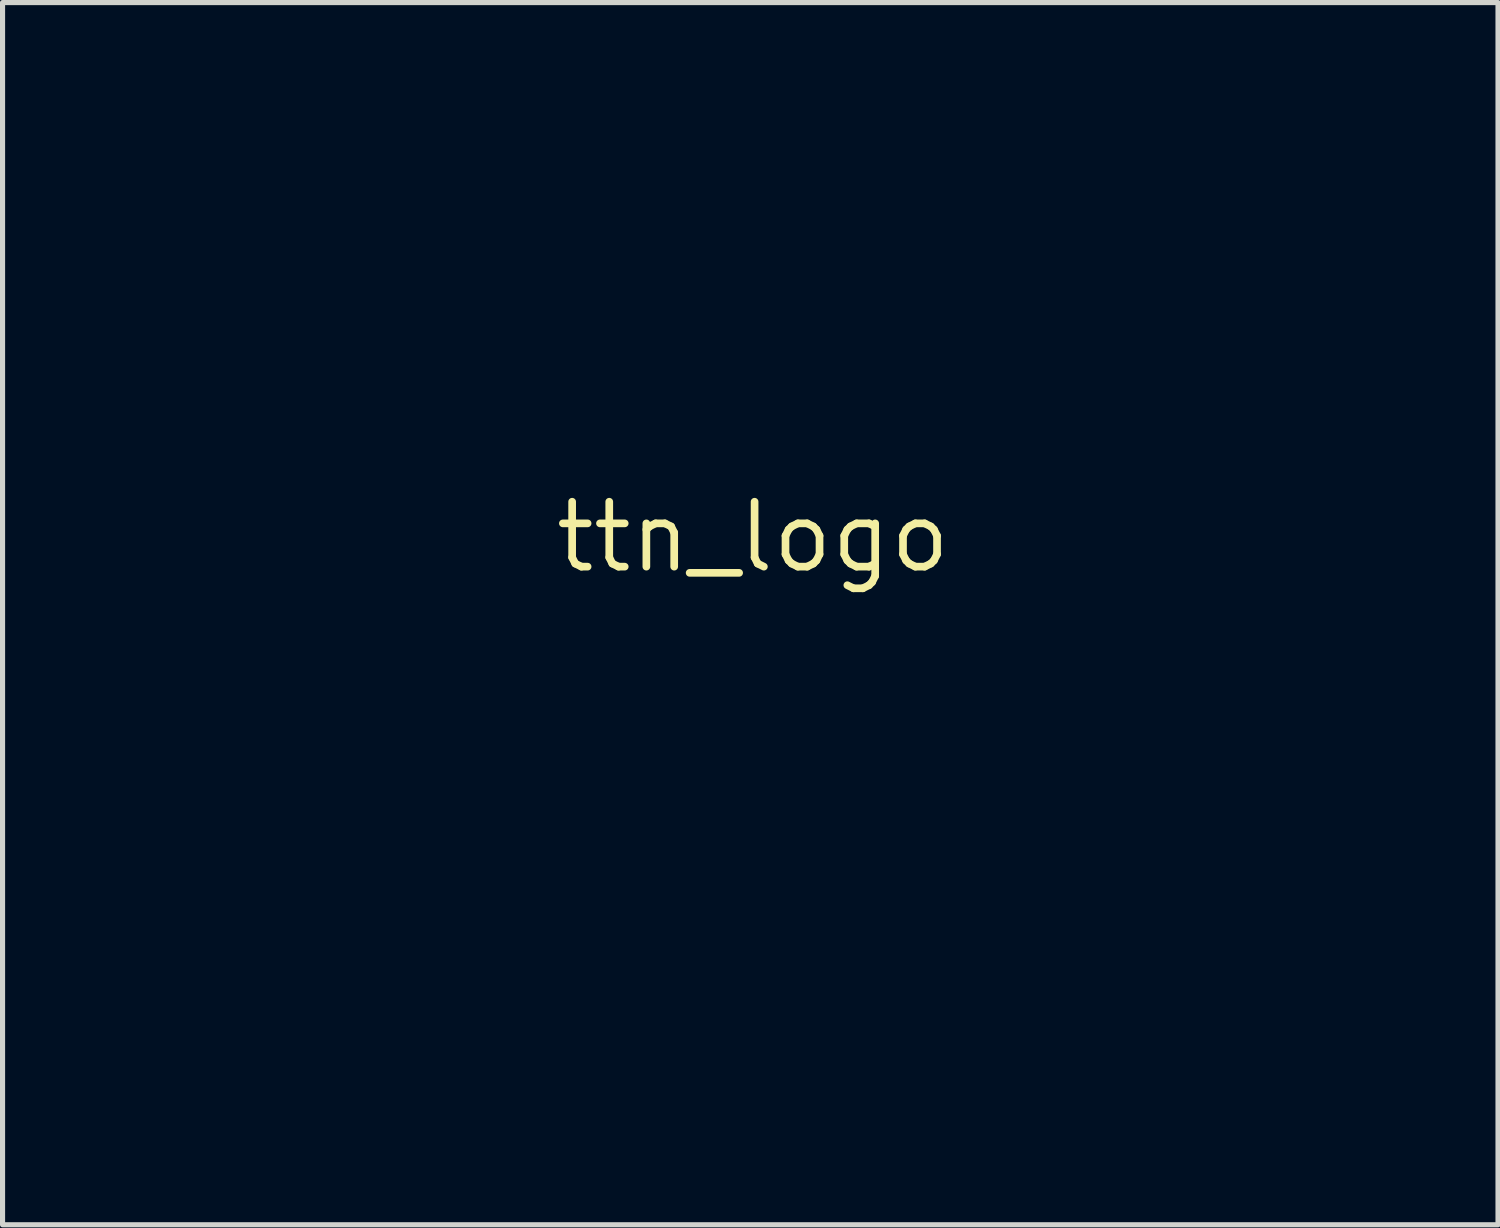
<source format=kicad_pcb>
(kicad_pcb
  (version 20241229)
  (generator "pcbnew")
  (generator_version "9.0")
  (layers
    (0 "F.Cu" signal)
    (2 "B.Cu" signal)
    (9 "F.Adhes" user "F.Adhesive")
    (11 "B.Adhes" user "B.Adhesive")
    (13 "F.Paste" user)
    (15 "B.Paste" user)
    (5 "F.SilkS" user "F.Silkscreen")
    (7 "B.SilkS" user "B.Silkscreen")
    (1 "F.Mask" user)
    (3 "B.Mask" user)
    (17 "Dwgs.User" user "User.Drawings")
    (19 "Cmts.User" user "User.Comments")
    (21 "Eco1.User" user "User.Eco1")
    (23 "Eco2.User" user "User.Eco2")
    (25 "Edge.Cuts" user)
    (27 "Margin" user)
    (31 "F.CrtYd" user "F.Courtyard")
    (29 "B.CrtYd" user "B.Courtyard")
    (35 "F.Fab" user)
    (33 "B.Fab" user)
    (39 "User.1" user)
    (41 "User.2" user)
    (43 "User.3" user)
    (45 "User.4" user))
  (footprint "ttn_logo"
    (layer "F.Cu")
    (at 11.678 7.453)
    (property "Reference" "ttn_logo" (at 0 0 0) (layer "F.SilkS") (effects (font (size 1.27 1.27) (thickness 0.15))))
    (attr through_hole)
    (fp_poly (pts (xy 2.763 7.605) (xy 2.043 7.605) (xy 2.043 4.642) (xy 2.763 4.642) (xy 2.763 7.605)) (stroke (width 0.01) (type solid)) (fill yes) (layer "F.Mask"))
    (fp_poly (pts (xy -9.556 5.234) (xy -10.276 5.234) (xy -10.276 7.605) (xy -10.953 7.605) (xy -10.953 5.234) (xy -11.673 5.234) (xy -11.673 4.642) (xy -9.556 4.642) (xy -9.556 5.234)) (stroke (width 0.01) (type solid)) (fill yes) (layer "F.Mask"))
    (fp_poly (pts (xy -3.545 9.002) (xy -3.966 9.002) (xy -3.978 9.711) (xy -3.989 10.42) (xy -4.19 10.433) (xy -4.391 10.446) (xy -4.391 9.002) (xy -4.815 9.002) (xy -4.815 8.621) (xy -3.545 8.621) (xy -3.545 9.002)) (stroke (width 0.01) (type solid)) (fill yes) (layer "F.Mask"))
    (fp_poly (pts (xy -8.498 5.827) (xy -7.566 5.827) (xy -7.566 4.642) (xy -6.847 4.642) (xy -6.847 7.605) (xy -7.566 7.605) (xy -7.566 6.42) (xy -8.498 6.42) (xy -8.498 7.605) (xy -9.175 7.605) (xy -9.175 4.642) (xy -8.498 4.642) (xy -8.498 5.827)) (stroke (width 0.01) (type solid)) (fill yes) (layer "F.Mask"))
    (fp_poly (pts (xy -4.603 5.234) (xy -5.619 5.234) (xy -5.619 5.827) (xy -4.603 5.827) (xy -4.603 6.42) (xy -5.619 6.42) (xy -5.619 7.012) (xy -4.603 7.012) (xy -4.603 7.605) (xy -6.296 7.605) (xy -6.296 4.642) (xy -4.603 4.642) (xy -4.603 5.234)) (stroke (width 0.01) (type solid)) (fill yes) (layer "F.Mask"))
    (fp_poly (pts (xy -1.216 5.234) (xy -1.894 5.234) (xy -1.894 7.605) (xy -2.613 7.605) (xy -2.613 5.234) (xy -3.344 5.234) (xy -3.317 5.102) (xy -3.299 4.966) (xy -3.291 4.815) (xy -3.291 4.806) (xy -3.291 4.642) (xy -1.216 4.642) (xy -1.216 5.234)) (stroke (width 0.01) (type solid)) (fill yes) (layer "F.Mask"))
    (fp_poly (pts (xy -0.158 5.827) (xy 0.773 5.827) (xy 0.773 4.642) (xy 1.493 4.642) (xy 1.493 7.605) (xy 0.773 7.605) (xy 0.773 6.42) (xy -0.158 6.42) (xy -0.158 7.605) (xy -0.835 7.605) (xy -0.835 4.642) (xy -0.158 4.642) (xy -0.158 5.827)) (stroke (width 0.01) (type solid)) (fill yes) (layer "F.Mask"))
    (fp_poly (pts (xy 5.112 6.375) (xy 5.141 6.175) (xy 5.151 6.062) (xy 5.16 5.885) (xy 5.167 5.665) (xy 5.171 5.421) (xy 5.172 5.308) (xy 5.176 4.642) (xy 5.853 4.642) (xy 5.853 7.605) (xy 5.149 7.605) (xy 4.054 5.876) (xy 4.027 6.243) (xy 4.015 6.446) (xy 4.005 6.695) (xy 3.997 6.954) (xy 3.995 7.108) (xy 3.991 7.605) (xy 3.313 7.605) (xy 3.313 4.642) (xy 4.012 4.642) (xy 5.112 6.375)) (stroke (width 0.01) (type solid)) (fill yes) (layer "F.Mask"))
    (fp_poly (pts (xy -6.762 9.002) (xy -7.402 9.002) (xy -7.376 9.319) (xy -7.09 9.332) (xy -6.804 9.345) (xy -6.804 9.675) (xy -7.09 9.688) (xy -7.376 9.7) (xy -7.376 10.039) (xy -7.067 10.052) (xy -6.757 10.064) (xy -6.783 10.42) (xy -7.272 10.432) (xy -7.468 10.434) (xy -7.632 10.432) (xy -7.746 10.424) (xy -7.791 10.414) (xy -7.8 10.365) (xy -7.807 10.244) (xy -7.814 10.064) (xy -7.818 9.839) (xy -7.82 9.58) (xy -7.82 9.503) (xy -7.82 8.621) (xy -6.762 8.621) (xy -6.762 9.002)) (stroke (width 0.01) (type solid)) (fill yes) (layer "F.Mask"))
    (fp_poly (pts (xy 10.18 8.968) (xy 10.193 9.315) (xy 10.771 8.621) (xy 11 8.621) (xy 11.127 8.628) (xy 11.21 8.645) (xy 11.23 8.662) (xy 11.203 8.708) (xy 11.132 8.804) (xy 11.026 8.933) (xy 10.912 9.067) (xy 10.786 9.215) (xy 10.683 9.343) (xy 10.616 9.434) (xy 10.595 9.474) (xy 10.621 9.52) (xy 10.694 9.616) (xy 10.802 9.75) (xy 10.936 9.908) (xy 10.974 9.953) (xy 11.353 10.388) (xy 11.196 10.414) (xy 11.046 10.436) (xy 10.934 10.438) (xy 10.841 10.41) (xy 10.749 10.344) (xy 10.638 10.231) (xy 10.504 10.078) (xy 10.193 9.714) (xy 10.171 10.067) (xy 10.15 10.42) (xy 9.949 10.433) (xy 9.748 10.446) (xy 9.748 8.621) (xy 10.168 8.621) (xy 10.18 8.968)) (stroke (width 0.01) (type solid)) (fill yes) (layer "F.Mask"))
    (fp_poly (pts (xy -10.678 9.158) (xy -10.339 9.697) (xy -10.327 9.159) (xy -10.315 8.621) (xy -9.895 8.621) (xy -9.895 9.536) (xy -9.895 9.838) (xy -9.897 10.065) (xy -9.902 10.227) (xy -9.909 10.335) (xy -9.921 10.397) (xy -9.937 10.424) (xy -9.958 10.426) (xy -9.962 10.425) (xy -10.048 10.407) (xy -10.17 10.399) (xy -10.184 10.399) (xy -10.247 10.396) (xy -10.3 10.381) (xy -10.352 10.342) (xy -10.415 10.268) (xy -10.498 10.148) (xy -10.613 9.971) (xy -10.657 9.903) (xy -10.974 9.407) (xy -10.995 9.914) (xy -11.017 10.42) (xy -11.218 10.433) (xy -11.362 10.431) (xy -11.434 10.402) (xy -11.441 10.39) (xy -11.447 10.331) (xy -11.452 10.203) (xy -11.454 10.017) (xy -11.454 9.788) (xy -11.452 9.529) (xy -11.451 9.488) (xy -11.44 8.642) (xy -11.228 8.63) (xy -11.017 8.618) (xy -10.678 9.158)) (stroke (width 0.01) (type solid)) (fill yes) (layer "F.Mask"))
    (fp_poly (pts (xy 8.4 -6.834) (xy 8.782 -6.715) (xy 9.183 -6.531) (xy 9.584 -6.291) (xy 9.968 -6.007) (xy 10.249 -5.756) (xy 10.648 -5.31) (xy 10.974 -4.823) (xy 11.225 -4.297) (xy 11.4 -3.736) (xy 11.498 -3.141) (xy 11.512 -2.955) (xy 11.518 -2.649) (xy 11.506 -2.346) (xy 11.477 -2.065) (xy 11.433 -1.826) (xy 11.376 -1.649) (xy 11.372 -1.64) (xy 11.266 -1.503) (xy 11.116 -1.428) (xy 10.941 -1.419) (xy 10.76 -1.48) (xy 10.736 -1.494) (xy 10.644 -1.562) (xy 10.589 -1.644) (xy 10.567 -1.757) (xy 10.573 -1.919) (xy 10.597 -2.109) (xy 10.635 -2.524) (xy 10.63 -2.949) (xy 10.585 -3.358) (xy 10.501 -3.723) (xy 10.479 -3.792) (xy 10.265 -4.29) (xy 9.984 -4.74) (xy 9.741 -5.033) (xy 9.417 -5.341) (xy 9.071 -5.593) (xy 8.681 -5.803) (xy 8.287 -5.962) (xy 8.078 -6.05) (xy 7.941 -6.142) (xy 7.867 -6.25) (xy 7.843 -6.384) (xy 7.843 -6.393) (xy 7.876 -6.598) (xy 7.968 -6.746) (xy 8.114 -6.832) (xy 8.306 -6.849) (xy 8.4 -6.834)) (stroke (width 0.01) (type solid)) (fill yes) (layer "F.Mask"))
    (fp_poly (pts (xy 8.025 -5.377) (xy 8.325 -5.305) (xy 8.636 -5.164) (xy 8.945 -4.967) (xy 9.236 -4.724) (xy 9.494 -4.447) (xy 9.705 -4.148) (xy 9.788 -3.992) (xy 9.966 -3.533) (xy 10.06 -3.072) (xy 10.069 -2.609) (xy 10.069 -2.608) (xy 10.035 -2.317) (xy 9.978 -2.101) (xy 9.896 -1.951) (xy 9.785 -1.861) (xy 9.764 -1.852) (xy 9.608 -1.802) (xy 9.479 -1.808) (xy 9.357 -1.859) (xy 9.271 -1.915) (xy 9.213 -1.985) (xy 9.18 -2.082) (xy 9.167 -2.224) (xy 9.17 -2.425) (xy 9.177 -2.568) (xy 9.188 -2.793) (xy 9.188 -2.958) (xy 9.175 -3.092) (xy 9.147 -3.218) (xy 9.119 -3.313) (xy 8.994 -3.609) (xy 8.821 -3.885) (xy 8.617 -4.112) (xy 8.563 -4.159) (xy 8.451 -4.237) (xy 8.304 -4.324) (xy 8.144 -4.411) (xy 7.993 -4.484) (xy 7.874 -4.532) (xy 7.817 -4.545) (xy 7.758 -4.571) (xy 7.672 -4.637) (xy 7.659 -4.648) (xy 7.584 -4.738) (xy 7.552 -4.846) (xy 7.547 -4.948) (xy 7.558 -5.09) (xy 7.605 -5.193) (xy 7.676 -5.273) (xy 7.76 -5.349) (xy 7.835 -5.383) (xy 7.936 -5.386) (xy 8.025 -5.377)) (stroke (width 0.01) (type solid)) (fill yes) (layer "F.Mask"))
    (fp_poly (pts (xy 3.635 8.63) (xy 3.791 8.665) (xy 3.926 8.736) (xy 4.045 8.83) (xy 4.208 9.015) (xy 4.304 9.231) (xy 4.339 9.494) (xy 4.34 9.534) (xy 4.304 9.817) (xy 4.199 10.054) (xy 4.031 10.239) (xy 3.808 10.366) (xy 3.534 10.427) (xy 3.519 10.428) (xy 3.353 10.434) (xy 3.227 10.417) (xy 3.099 10.369) (xy 3.017 10.328) (xy 2.868 10.241) (xy 2.768 10.145) (xy 2.681 10.007) (xy 2.665 9.976) (xy 2.597 9.83) (xy 2.564 9.705) (xy 2.556 9.56) (xy 2.559 9.503) (xy 3.015 9.503) (xy 3.04 9.69) (xy 3.103 9.847) (xy 3.163 9.921) (xy 3.305 9.998) (xy 3.469 10.021) (xy 3.625 9.991) (xy 3.726 9.923) (xy 3.845 9.741) (xy 3.89 9.54) (xy 3.862 9.338) (xy 3.76 9.155) (xy 3.737 9.13) (xy 3.595 9.031) (xy 3.434 9.002) (xy 3.275 9.037) (xy 3.14 9.129) (xy 3.048 9.274) (xy 3.035 9.318) (xy 3.015 9.503) (xy 2.559 9.503) (xy 2.56 9.459) (xy 2.577 9.281) (xy 2.613 9.15) (xy 2.678 9.029) (xy 2.703 8.994) (xy 2.88 8.797) (xy 3.09 8.676) (xy 3.343 8.625) (xy 3.427 8.622) (xy 3.635 8.63)) (stroke (width 0.01) (type solid)) (fill yes) (layer "F.Mask"))
    (fp_poly (pts (xy 7.059 8.636) (xy 7.274 8.677) (xy 7.428 8.756) (xy 7.527 8.876) (xy 7.546 8.916) (xy 7.587 9.107) (xy 7.568 9.304) (xy 7.494 9.479) (xy 7.424 9.561) (xy 7.342 9.64) (xy 7.296 9.697) (xy 7.293 9.707) (xy 7.318 9.75) (xy 7.386 9.842) (xy 7.485 9.967) (xy 7.551 10.048) (xy 7.66 10.185) (xy 7.741 10.296) (xy 7.784 10.367) (xy 7.787 10.385) (xy 7.734 10.399) (xy 7.626 10.41) (xy 7.541 10.414) (xy 7.318 10.42) (xy 7.083 10.113) (xy 6.848 9.806) (xy 6.837 9.944) (xy 6.825 10.079) (xy 6.807 10.234) (xy 6.803 10.261) (xy 6.779 10.441) (xy 6.59 10.441) (xy 6.46 10.43) (xy 6.387 10.398) (xy 6.38 10.387) (xy 6.374 10.33) (xy 6.37 10.202) (xy 6.368 10.016) (xy 6.368 9.788) (xy 6.37 9.53) (xy 6.371 9.488) (xy 6.375 9.197) (xy 6.785 9.197) (xy 6.785 9.435) (xy 6.901 9.405) (xy 7.006 9.368) (xy 7.07 9.332) (xy 7.109 9.26) (xy 7.123 9.168) (xy 7.087 9.049) (xy 6.986 8.977) (xy 6.872 8.96) (xy 6.822 8.969) (xy 6.796 9.01) (xy 6.786 9.103) (xy 6.785 9.197) (xy 6.375 9.197) (xy 6.383 8.642) (xy 6.773 8.63) (xy 7.059 8.636)) (stroke (width 0.01) (type solid)) (fill yes) (layer "F.Mask"))
    (fp_poly (pts (xy 7.913 4.608) (xy 8.107 4.632) (xy 8.252 4.663) (xy 8.388 4.716) (xy 8.536 4.796) (xy 8.675 4.887) (xy 8.787 4.977) (xy 8.851 5.052) (xy 8.859 5.078) (xy 8.832 5.132) (xy 8.762 5.229) (xy 8.663 5.348) (xy 8.651 5.361) (xy 8.443 5.594) (xy 8.303 5.452) (xy 8.15 5.322) (xy 7.996 5.254) (xy 7.807 5.234) (xy 7.801 5.234) (xy 7.599 5.256) (xy 7.438 5.33) (xy 7.32 5.43) (xy 7.181 5.6) (xy 7.096 5.789) (xy 7.052 6.026) (xy 7.049 6.067) (xy 7.042 6.236) (xy 7.06 6.366) (xy 7.112 6.503) (xy 7.139 6.561) (xy 7.286 6.787) (xy 7.465 6.935) (xy 7.678 7.006) (xy 7.773 7.012) (xy 8.01 6.979) (xy 8.198 6.879) (xy 8.305 6.763) (xy 8.378 6.647) (xy 8.395 6.571) (xy 8.348 6.528) (xy 8.23 6.508) (xy 8.076 6.504) (xy 7.758 6.504) (xy 7.758 5.912) (xy 9.113 5.912) (xy 9.113 6.286) (xy 9.11 6.48) (xy 9.095 6.621) (xy 9.063 6.741) (xy 9.007 6.871) (xy 8.983 6.92) (xy 8.801 7.201) (xy 8.568 7.414) (xy 8.286 7.558) (xy 7.953 7.634) (xy 7.721 7.647) (xy 7.532 7.642) (xy 7.389 7.621) (xy 7.255 7.575) (xy 7.131 7.518) (xy 6.847 7.331) (xy 6.618 7.092) (xy 6.449 6.814) (xy 6.339 6.507) (xy 6.292 6.184) (xy 6.308 5.859) (xy 6.39 5.542) (xy 6.54 5.246) (xy 6.749 4.993) (xy 7.015 4.785) (xy 7.304 4.656) (xy 7.628 4.602) (xy 7.719 4.6) (xy 7.913 4.608)) (stroke (width 0.01) (type solid)) (fill yes) (layer "F.Mask"))
    (fp_poly (pts (xy 10.847 4.605) (xy 11.106 4.666) (xy 11.154 4.683) (xy 11.324 4.752) (xy 11.421 4.815) (xy 11.453 4.891) (xy 11.428 4.997) (xy 11.358 5.146) (xy 11.291 5.275) (xy 11.239 5.367) (xy 11.213 5.404) (xy 11.213 5.404) (xy 11.168 5.388) (xy 11.073 5.347) (xy 11.012 5.32) (xy 10.817 5.254) (xy 10.636 5.234) (xy 10.482 5.256) (xy 10.369 5.315) (xy 10.312 5.409) (xy 10.314 5.504) (xy 10.344 5.56) (xy 10.414 5.623) (xy 10.534 5.7) (xy 10.717 5.8) (xy 10.801 5.844) (xy 11.099 6.01) (xy 11.32 6.166) (xy 11.467 6.316) (xy 11.545 6.464) (xy 11.551 6.485) (xy 11.563 6.584) (xy 11.566 6.731) (xy 11.561 6.86) (xy 11.541 7.037) (xy 11.499 7.167) (xy 11.425 7.285) (xy 11.423 7.288) (xy 11.252 7.446) (xy 11.021 7.565) (xy 10.744 7.639) (xy 10.439 7.664) (xy 10.154 7.642) (xy 10.019 7.609) (xy 9.857 7.553) (xy 9.692 7.483) (xy 9.543 7.409) (xy 9.433 7.34) (xy 9.383 7.29) (xy 9.394 7.235) (xy 9.438 7.134) (xy 9.501 7.009) (xy 9.571 6.883) (xy 9.637 6.78) (xy 9.684 6.722) (xy 9.695 6.716) (xy 9.74 6.735) (xy 9.836 6.786) (xy 9.944 6.846) (xy 10.175 6.949) (xy 10.396 6.999) (xy 10.538 7.008) (xy 10.631 6.992) (xy 10.712 6.943) (xy 10.741 6.919) (xy 10.83 6.809) (xy 10.837 6.7) (xy 10.762 6.591) (xy 10.603 6.478) (xy 10.583 6.467) (xy 10.331 6.326) (xy 10.142 6.216) (xy 10.004 6.129) (xy 9.906 6.058) (xy 9.836 5.993) (xy 9.781 5.928) (xy 9.765 5.906) (xy 9.659 5.684) (xy 9.628 5.449) (xy 9.67 5.215) (xy 9.779 4.995) (xy 9.952 4.804) (xy 10.146 4.672) (xy 10.341 4.608) (xy 10.584 4.585) (xy 10.847 4.605)) (stroke (width 0.01) (type solid)) (fill yes) (layer "F.Mask"))
    (fp_poly (pts (xy -1.136 9.193) (xy -1.085 9.399) (xy -1.039 9.572) (xy -1.004 9.697) (xy -0.983 9.76) (xy -0.98 9.764) (xy -0.964 9.736) (xy -0.935 9.65) (xy -0.891 9.498) (xy -0.83 9.276) (xy -0.75 8.977) (xy -0.749 8.97) (xy -0.703 8.801) (xy -0.668 8.698) (xy -0.633 8.645) (xy -0.588 8.624) (xy -0.52 8.621) (xy -0.516 8.621) (xy -0.412 8.633) (xy -0.349 8.663) (xy -0.347 8.665) (xy -0.327 8.721) (xy -0.29 8.842) (xy -0.241 9.01) (xy -0.187 9.21) (xy -0.178 9.241) (xy -0.124 9.441) (xy -0.076 9.609) (xy -0.04 9.731) (xy -0.02 9.789) (xy -0.018 9.791) (xy -0.002 9.759) (xy 0.03 9.659) (xy 0.073 9.505) (xy 0.125 9.31) (xy 0.146 9.226) (xy 0.291 8.642) (xy 0.511 8.629) (xy 0.642 8.626) (xy 0.709 8.64) (xy 0.731 8.676) (xy 0.731 8.686) (xy 0.72 8.749) (xy 0.689 8.878) (xy 0.643 9.057) (xy 0.585 9.272) (xy 0.544 9.419) (xy 0.477 9.659) (xy 0.414 9.884) (xy 0.36 10.076) (xy 0.322 10.216) (xy 0.309 10.263) (xy 0.261 10.445) (xy 0.024 10.433) (xy -0.214 10.42) (xy -0.333 10.001) (xy -0.384 9.821) (xy -0.428 9.67) (xy -0.458 9.568) (xy -0.468 9.536) (xy -0.486 9.552) (xy -0.522 9.636) (xy -0.568 9.77) (xy -0.599 9.87) (xy -0.668 10.101) (xy -0.722 10.262) (xy -0.771 10.365) (xy -0.827 10.421) (xy -0.899 10.439) (xy -1 10.432) (xy -1.132 10.412) (xy -1.17 10.401) (xy -1.203 10.375) (xy -1.236 10.322) (xy -1.273 10.232) (xy -1.319 10.094) (xy -1.378 9.897) (xy -1.454 9.63) (xy -1.462 9.603) (xy -1.533 9.352) (xy -1.597 9.123) (xy -1.651 8.931) (xy -1.69 8.792) (xy -1.709 8.718) (xy -1.71 8.716) (xy -1.718 8.661) (xy -1.693 8.633) (xy -1.617 8.622) (xy -1.505 8.621) (xy -1.277 8.621) (xy -1.136 9.193)) (stroke (width 0.01) (type solid)) (fill yes) (layer "F.Mask"))
    (fp_poly (pts (xy 1.014 -7.441) (xy 1.346 -7.414) (xy 1.632 -7.368) (xy 1.709 -7.349) (xy 2.252 -7.157) (xy 2.755 -6.894) (xy 3.211 -6.564) (xy 3.614 -6.172) (xy 3.959 -5.724) (xy 4.24 -5.225) (xy 4.343 -4.989) (xy 4.414 -4.8) (xy 4.474 -4.618) (xy 4.514 -4.472) (xy 4.523 -4.427) (xy 4.548 -4.312) (xy 4.574 -4.238) (xy 4.583 -4.227) (xy 4.633 -4.236) (xy 4.737 -4.277) (xy 4.875 -4.341) (xy 4.906 -4.357) (xy 5.087 -4.441) (xy 5.277 -4.517) (xy 5.43 -4.567) (xy 5.674 -4.609) (xy 5.963 -4.626) (xy 6.261 -4.617) (xy 6.534 -4.583) (xy 6.63 -4.562) (xy 7.04 -4.416) (xy 7.429 -4.198) (xy 7.786 -3.92) (xy 8.102 -3.594) (xy 8.364 -3.23) (xy 8.561 -2.839) (xy 8.667 -2.508) (xy 8.726 -2.106) (xy 8.721 -1.702) (xy 8.652 -1.314) (xy 8.523 -0.963) (xy 8.477 -0.875) (xy 8.354 -0.656) (xy 8.575 -0.532) (xy 8.857 -0.328) (xy 9.102 -0.065) (xy 9.295 0.238) (xy 9.426 0.564) (xy 9.479 0.838) (xy 9.478 1.257) (xy 9.398 1.66) (xy 9.245 2.038) (xy 9.026 2.383) (xy 8.747 2.685) (xy 8.412 2.936) (xy 8.029 3.128) (xy 7.876 3.182) (xy 7.542 3.287) (xy -0.975 3.284) (xy -1.991 3.284) (xy -2.926 3.283) (xy -3.783 3.283) (xy -4.566 3.282) (xy -5.277 3.281) (xy -5.92 3.28) (xy -6.499 3.278) (xy -7.017 3.276) (xy -7.478 3.274) (xy -7.884 3.272) (xy -8.239 3.269) (xy -8.546 3.266) (xy -8.809 3.263) (xy -9.032 3.259) (xy -9.217 3.254) (xy -9.367 3.25) (xy -9.488 3.244) (xy -9.58 3.238) (xy -9.649 3.232) (xy -9.698 3.225) (xy -9.72 3.22) (xy -10.128 3.068) (xy -10.505 2.844) (xy -10.839 2.557) (xy -11.123 2.219) (xy -11.345 1.838) (xy -11.498 1.425) (xy -11.503 1.403) (xy -11.58 0.947) (xy -11.577 0.5) (xy -11.501 0.069) (xy -11.355 -0.336) (xy -11.143 -0.708) (xy -10.871 -1.039) (xy -10.543 -1.32) (xy -10.162 -1.544) (xy -9.854 -1.666) (xy -9.562 -1.759) (xy -9.475 -2.041) (xy -9.308 -2.447) (xy -9.068 -2.818) (xy -8.763 -3.146) (xy -8.4 -3.424) (xy -7.987 -3.646) (xy -7.622 -3.779) (xy -7.466 -3.828) (xy -7.372 -3.869) (xy -7.322 -3.914) (xy -7.297 -3.977) (xy -7.291 -4.006) (xy -7.219 -4.231) (xy -7.096 -4.482) (xy -6.939 -4.733) (xy -6.763 -4.958) (xy -6.697 -5.028) (xy -6.349 -5.32) (xy -5.966 -5.534) (xy -5.55 -5.671) (xy -5.1 -5.73) (xy -4.984 -5.733) (xy -4.533 -5.696) (xy -4.122 -5.584) (xy -3.751 -5.398) (xy -3.419 -5.136) (xy -3.181 -4.871) (xy -3.024 -4.669) (xy -2.951 -4.876) (xy -2.762 -5.309) (xy -2.506 -5.737) (xy -2.199 -6.139) (xy -1.856 -6.493) (xy -1.724 -6.607) (xy -1.483 -6.779) (xy -1.187 -6.953) (xy -0.863 -7.117) (xy -0.538 -7.255) (xy -0.264 -7.347) (xy -0.004 -7.401) (xy 0.313 -7.434) (xy 0.661 -7.448) (xy 1.014 -7.441)) (stroke (width 0.01) (type solid)) (fill yes) (layer "F.Mask")))
  (gr_rect
    (start -3 -3)
    (end 26.248 20.904)
    (stroke (width 0.1) (type default))
    (fill no)
    (layer "Edge.Cuts")))
</source>
